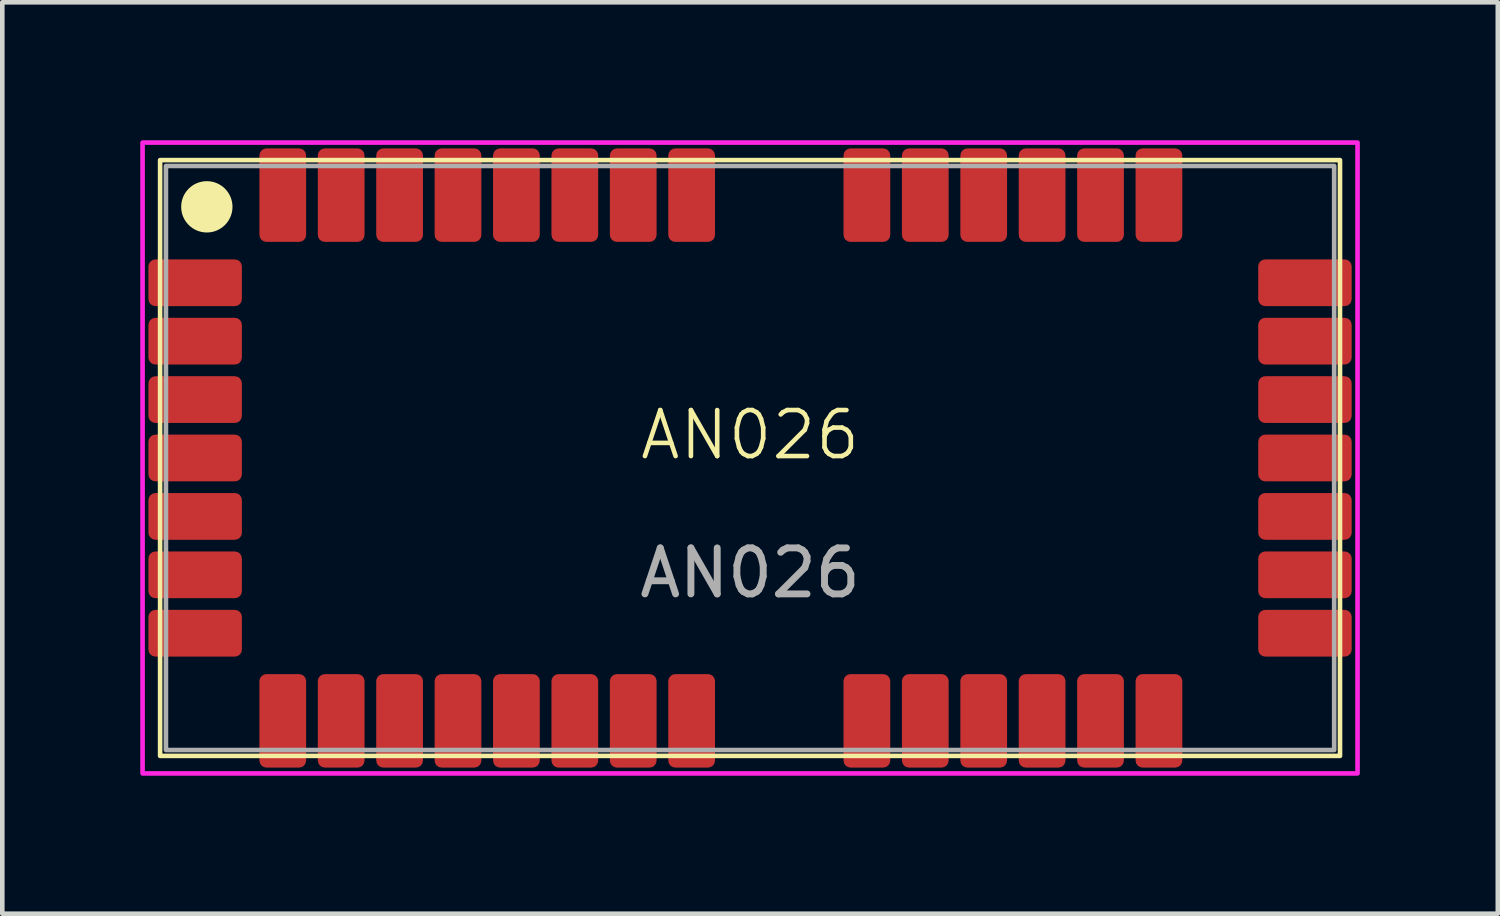
<source format=kicad_pcb>
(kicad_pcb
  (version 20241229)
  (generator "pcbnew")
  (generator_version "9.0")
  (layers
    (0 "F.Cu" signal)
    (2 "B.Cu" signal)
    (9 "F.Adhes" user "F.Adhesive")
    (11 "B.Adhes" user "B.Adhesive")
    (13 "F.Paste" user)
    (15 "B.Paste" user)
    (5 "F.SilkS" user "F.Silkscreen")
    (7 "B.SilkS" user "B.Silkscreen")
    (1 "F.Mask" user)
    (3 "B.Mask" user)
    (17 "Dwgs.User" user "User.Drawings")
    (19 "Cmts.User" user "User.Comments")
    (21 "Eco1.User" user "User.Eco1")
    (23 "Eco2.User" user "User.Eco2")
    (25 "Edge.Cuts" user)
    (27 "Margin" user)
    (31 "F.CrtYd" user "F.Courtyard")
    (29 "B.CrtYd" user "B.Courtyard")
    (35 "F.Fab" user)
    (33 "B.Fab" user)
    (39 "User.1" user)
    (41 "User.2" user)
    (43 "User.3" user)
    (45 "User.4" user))
  (footprint "AN026"
    (layer "F.Cu")
    (at 13.258 6.908)
    (property "Reference" "AN026" (at 0 -0.5 0) (unlocked yes) (layer "F.SilkS") (effects (font (size 1 1) (thickness 0.1))))
    (attr smd)
    (fp_rect (start -12.827 -6.477) (end 12.827 6.477) (stroke (width 0.1) (type solid)) (fill no) (layer "F.SilkS"))
    (fp_circle (center -11.811 -5.461) (end -11.303 -5.461) (stroke (width 0.1) (type solid)) (fill yes) (layer "F.SilkS"))
    (fp_rect (start -13.208 -6.858) (end 13.208 6.858) (stroke (width 0.1) (type solid)) (fill no) (layer "F.CrtYd"))
    (fp_rect (start -12.7 -6.35) (end 12.7 6.35) (stroke (width 0.1) (type solid)) (fill no) (layer "F.Fab"))
    (fp_text user "${REFERENCE}" (at 0 2.5 0) (unlocked yes) (layer "F.Fab") (effects (font (size 1 1) (thickness 0.15))))
    (pad "1" smd roundrect (at -12.065 -3.81) (size 2.032 1.016) (layers "F.Cu" "F.Mask" "F.Paste") (roundrect_rratio 0.15))
    (pad "2" smd roundrect (at -12.065 -2.54) (size 2.032 1.016) (layers "F.Cu" "F.Mask" "F.Paste") (roundrect_rratio 0.15))
    (pad "3" smd roundrect (at -12.065 -1.27) (size 2.032 1.016) (layers "F.Cu" "F.Mask" "F.Paste") (roundrect_rratio 0.15))
    (pad "4" smd roundrect (at -12.065 0) (size 2.032 1.016) (layers "F.Cu" "F.Mask" "F.Paste") (roundrect_rratio 0.15))
    (pad "5" smd roundrect (at -12.065 1.27) (size 2.032 1.016) (layers "F.Cu" "F.Mask" "F.Paste") (roundrect_rratio 0.15))
    (pad "6" smd roundrect (at -12.065 2.54) (size 2.032 1.016) (layers "F.Cu" "F.Mask" "F.Paste") (roundrect_rratio 0.15))
    (pad "7" smd roundrect (at -12.065 3.81) (size 2.032 1.016) (layers "F.Cu" "F.Mask" "F.Paste") (roundrect_rratio 0.15))
    (pad "8" smd roundrect (at -10.16 5.715 90) (size 2.032 1.016) (layers "F.Cu" "F.Mask" "F.Paste") (roundrect_rratio 0.15))
    (pad "9" smd roundrect (at -8.89 5.715 90) (size 2.032 1.016) (layers "F.Cu" "F.Mask" "F.Paste") (roundrect_rratio 0.15))
    (pad "10" smd roundrect (at -7.62 5.715 90) (size 2.032 1.016) (layers "F.Cu" "F.Mask" "F.Paste") (roundrect_rratio 0.15))
    (pad "11" smd roundrect (at -6.35 5.715 90) (size 2.032 1.016) (layers "F.Cu" "F.Mask" "F.Paste") (roundrect_rratio 0.15))
    (pad "12" smd roundrect (at -5.08 5.715 90) (size 2.032 1.016) (layers "F.Cu" "F.Mask" "F.Paste") (roundrect_rratio 0.15))
    (pad "13" smd roundrect (at -3.81 5.715 90) (size 2.032 1.016) (layers "F.Cu" "F.Mask" "F.Paste") (roundrect_rratio 0.15))
    (pad "14" smd roundrect (at -2.54 5.715 90) (size 2.032 1.016) (layers "F.Cu" "F.Mask" "F.Paste") (roundrect_rratio 0.15))
    (pad "15" smd roundrect (at -1.27 5.715 90) (size 2.032 1.016) (layers "F.Cu" "F.Mask" "F.Paste") (roundrect_rratio 0.15))
    (pad "16" smd roundrect (at 2.54 5.715 90) (size 2.032 1.016) (layers "F.Cu" "F.Mask" "F.Paste") (roundrect_rratio 0.15))
    (pad "17" smd roundrect (at 3.81 5.715 90) (size 2.032 1.016) (layers "F.Cu" "F.Mask" "F.Paste") (roundrect_rratio 0.15))
    (pad "18" smd roundrect (at 5.08 5.715 90) (size 2.032 1.016) (layers "F.Cu" "F.Mask" "F.Paste") (roundrect_rratio 0.15))
    (pad "19" smd roundrect (at 6.35 5.715 90) (size 2.032 1.016) (layers "F.Cu" "F.Mask" "F.Paste") (roundrect_rratio 0.15))
    (pad "20" smd roundrect (at 7.62 5.715 90) (size 2.032 1.016) (layers "F.Cu" "F.Mask" "F.Paste") (roundrect_rratio 0.15))
    (pad "21" smd roundrect (at 8.89 5.715 90) (size 2.032 1.016) (layers "F.Cu" "F.Mask" "F.Paste") (roundrect_rratio 0.15))
    (pad "22" smd roundrect (at 12.065 3.81) (size 2.032 1.016) (layers "F.Cu" "F.Mask" "F.Paste") (roundrect_rratio 0.15))
    (pad "23" smd roundrect (at 12.065 2.54) (size 2.032 1.016) (layers "F.Cu" "F.Mask" "F.Paste") (roundrect_rratio 0.15))
    (pad "24" smd roundrect (at 12.065 1.27) (size 2.032 1.016) (layers "F.Cu" "F.Mask" "F.Paste") (roundrect_rratio 0.15))
    (pad "25" smd roundrect (at 12.065 0) (size 2.032 1.016) (layers "F.Cu" "F.Mask" "F.Paste") (roundrect_rratio 0.15))
    (pad "26" smd roundrect (at 12.065 -1.27) (size 2.032 1.016) (layers "F.Cu" "F.Mask" "F.Paste") (roundrect_rratio 0.15))
    (pad "27" smd roundrect (at 12.065 -2.54) (size 2.032 1.016) (layers "F.Cu" "F.Mask" "F.Paste") (roundrect_rratio 0.15))
    (pad "28" smd roundrect (at 12.065 -3.81) (size 2.032 1.016) (layers "F.Cu" "F.Mask" "F.Paste") (roundrect_rratio 0.15))
    (pad "29" smd roundrect (at 8.89 -5.715 90) (size 2.032 1.016) (layers "F.Cu" "F.Mask" "F.Paste") (roundrect_rratio 0.15))
    (pad "30" smd roundrect (at 7.62 -5.715 90) (size 2.032 1.016) (layers "F.Cu" "F.Mask" "F.Paste") (roundrect_rratio 0.15))
    (pad "31" smd roundrect (at 6.35 -5.715 90) (size 2.032 1.016) (layers "F.Cu" "F.Mask" "F.Paste") (roundrect_rratio 0.15))
    (pad "32" smd roundrect (at 5.08 -5.715 90) (size 2.032 1.016) (layers "F.Cu" "F.Mask" "F.Paste") (roundrect_rratio 0.15))
    (pad "33" smd roundrect (at 3.81 -5.715 90) (size 2.032 1.016) (layers "F.Cu" "F.Mask" "F.Paste") (roundrect_rratio 0.15))
    (pad "34" smd roundrect (at 2.54 -5.715 90) (size 2.032 1.016) (layers "F.Cu" "F.Mask" "F.Paste") (roundrect_rratio 0.15))
    (pad "35" smd roundrect (at -1.27 -5.715 90) (size 2.032 1.016) (layers "F.Cu" "F.Mask" "F.Paste") (roundrect_rratio 0.15))
    (pad "36" smd roundrect (at -2.54 -5.715 90) (size 2.032 1.016) (layers "F.Cu" "F.Mask" "F.Paste") (roundrect_rratio 0.15))
    (pad "37" smd roundrect (at -3.81 -5.715 90) (size 2.032 1.016) (layers "F.Cu" "F.Mask" "F.Paste") (roundrect_rratio 0.15))
    (pad "38" smd roundrect (at -5.08 -5.715 90) (size 2.032 1.016) (layers "F.Cu" "F.Mask" "F.Paste") (roundrect_rratio 0.15))
    (pad "39" smd roundrect (at -6.35 -5.715 90) (size 2.032 1.016) (layers "F.Cu" "F.Mask" "F.Paste") (roundrect_rratio 0.15))
    (pad "40" smd roundrect (at -7.62 -5.715 90) (size 2.032 1.016) (layers "F.Cu" "F.Mask" "F.Paste") (roundrect_rratio 0.15))
    (pad "41" smd roundrect (at -8.89 -5.715 90) (size 2.032 1.016) (layers "F.Cu" "F.Mask" "F.Paste") (roundrect_rratio 0.15))
    (pad "42" smd roundrect (at -10.16 -5.715 90) (size 2.032 1.016) (layers "F.Cu" "F.Mask" "F.Paste") (roundrect_rratio 0.15)))
  (gr_rect
    (start -3 -3)
    (end 29.516 16.816)
    (stroke (width 0.1) (type default))
    (fill no)
    (layer "Edge.Cuts")))
</source>
